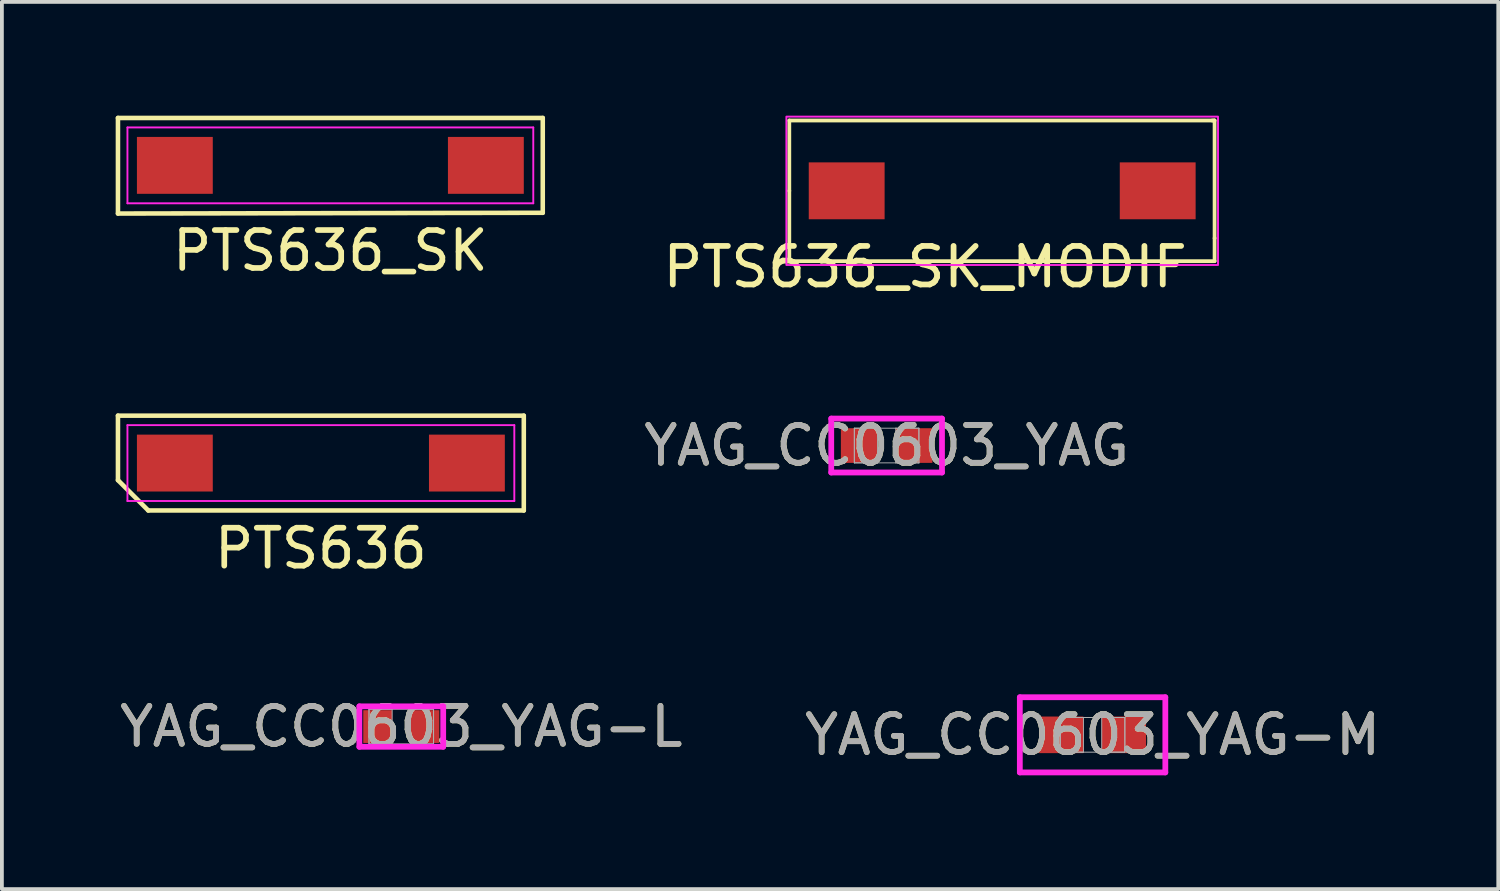
<source format=kicad_pcb>
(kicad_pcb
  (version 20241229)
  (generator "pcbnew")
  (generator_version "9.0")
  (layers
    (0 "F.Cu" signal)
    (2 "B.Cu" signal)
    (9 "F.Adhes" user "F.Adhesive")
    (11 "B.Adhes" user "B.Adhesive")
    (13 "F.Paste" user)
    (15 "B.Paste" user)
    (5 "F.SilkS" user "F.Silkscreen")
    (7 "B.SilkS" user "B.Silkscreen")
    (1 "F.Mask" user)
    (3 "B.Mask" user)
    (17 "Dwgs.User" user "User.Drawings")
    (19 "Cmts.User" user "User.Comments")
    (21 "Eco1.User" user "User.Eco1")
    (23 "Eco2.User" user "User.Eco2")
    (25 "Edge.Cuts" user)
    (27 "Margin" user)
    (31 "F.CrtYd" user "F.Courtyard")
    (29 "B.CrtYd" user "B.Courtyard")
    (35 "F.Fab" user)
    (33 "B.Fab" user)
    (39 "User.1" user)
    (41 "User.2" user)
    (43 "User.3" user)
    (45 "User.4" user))
  (footprint "PTS636"
    (layer "F.Cu")
    (at 5.41 9.159)
    (property "Reference" "PTS636" (at 0 2.25 0) (layer "F.SilkS") (effects (font (size 1 1) (thickness 0.15))))
    (attr smd)
    (fp_line (start -5.35 -1.25) (end 5.35 -1.25) (stroke (width 0.12) (type default)) (layer "F.SilkS"))
    (fp_line (start -5.35 0.45) (end -5.35 -1.25) (stroke (width 0.12) (type default)) (layer "F.SilkS"))
    (fp_line (start -4.55 1.25) (end -5.35 0.45) (stroke (width 0.12) (type default)) (layer "F.SilkS"))
    (fp_line (start 5.35 -1.25) (end 5.35 1.25) (stroke (width 0.12) (type default)) (layer "F.SilkS"))
    (fp_line (start 5.35 1.25) (end -4.55 1.25) (stroke (width 0.12) (type default)) (layer "F.SilkS"))
    (fp_line (start -5.1 -1) (end 5.1 -1) (stroke (width 0.05) (type default)) (layer "F.CrtYd"))
    (fp_line (start -5.1 1) (end -5.1 -1) (stroke (width 0.05) (type default)) (layer "F.CrtYd"))
    (fp_line (start 5.1 -1) (end 5.1 1) (stroke (width 0.05) (type default)) (layer "F.CrtYd"))
    (fp_line (start 5.1 1) (end -5.1 1) (stroke (width 0.05) (type default)) (layer "F.CrtYd"))
    (pad "1" smd rect (at -3.85 0) (size 2 1.5) (layers "F.Cu" "F.Mask" "F.Paste"))
    (pad "2" smd rect (at 3.85 0) (size 2 1.5) (layers "F.Cu" "F.Mask" "F.Paste")))
  (footprint "YAG_CC0603_YAG-L"
    (layer "F.Cu")
    (at 7.53 16.106)
    (property "Reference" "YAG_CC0603_YAG-L" (at 0 0 0) (unlocked yes) (layer "F.SilkS") (effects (font (size 1 1) (thickness 0.15))))
    (attr smd)
    (fp_line (start -1.105 -0.533) (end 1.105 -0.533) (stroke (width 0.152) (type solid)) (layer "F.CrtYd"))
    (fp_line (start -1.105 0.533) (end -1.105 -0.533) (stroke (width 0.152) (type solid)) (layer "F.CrtYd"))
    (fp_line (start 1.105 -0.533) (end 1.105 0.533) (stroke (width 0.152) (type solid)) (layer "F.CrtYd"))
    (fp_line (start 1.105 0.533) (end -1.105 0.533) (stroke (width 0.152) (type solid)) (layer "F.CrtYd"))
    (fp_line (start -0.851 -0.457) (end -0.851 0.457) (stroke (width 0.025) (type solid)) (layer "F.Fab"))
    (fp_line (start -0.851 -0.457) (end -0.851 0.457) (stroke (width 0.025) (type solid)) (layer "F.Fab"))
    (fp_line (start -0.851 0.457) (end -0.241 0.457) (stroke (width 0.025) (type solid)) (layer "F.Fab"))
    (fp_line (start -0.851 0.457) (end 0.851 0.457) (stroke (width 0.025) (type solid)) (layer "F.Fab"))
    (fp_line (start -0.241 -0.457) (end -0.851 -0.457) (stroke (width 0.025) (type solid)) (layer "F.Fab"))
    (fp_line (start -0.241 0.457) (end -0.241 -0.457) (stroke (width 0.025) (type solid)) (layer "F.Fab"))
    (fp_line (start 0.241 -0.457) (end 0.241 0.457) (stroke (width 0.025) (type solid)) (layer "F.Fab"))
    (fp_line (start 0.241 0.457) (end 0.851 0.457) (stroke (width 0.025) (type solid)) (layer "F.Fab"))
    (fp_line (start 0.851 -0.457) (end -0.851 -0.457) (stroke (width 0.025) (type solid)) (layer "F.Fab"))
    (fp_line (start 0.851 -0.457) (end 0.241 -0.457) (stroke (width 0.025) (type solid)) (layer "F.Fab"))
    (fp_line (start 0.851 0.457) (end 0.851 -0.457) (stroke (width 0.025) (type solid)) (layer "F.Fab"))
    (fp_line (start 0.851 0.457) (end 0.851 -0.457) (stroke (width 0.025) (type solid)) (layer "F.Fab"))
    (fp_text user "${REFERENCE}" (at 0 0 0) (unlocked yes) (layer "F.Fab") (effects (font (size 1 1) (thickness 0.15))))
    (pad "1" smd rect (at -0.622 0) (size 0.762 0.864) (layers "F.Cu" "F.Mask" "F.Paste"))
    (pad "2" smd rect (at 0.622 0) (size 0.762 0.864) (layers "F.Cu" "F.Mask" "F.Paste"))
    (zone (net_name "") (layer "F.Cu") (hatch full 0.508) (connect_pads) (min_thickness 0.254) (filled_areas_thickness no) (keepout (tracks not_allowed) (vias not_allowed) (pads allowed) (copperpour not_allowed) (footprints allowed)) (placement (enabled no)) (fill) (polygon (pts (xy 7.339 15.699) (xy 7.72 15.699) (xy 7.72 16.512) (xy 7.339 16.512)))))
  (footprint "YAG_CC0603_YAG"
    (layer "F.Cu")
    (at 20.326 8.697)
    (property "Reference" "YAG_CC0603_YAG" (at 0 0 0) (unlocked yes) (layer "F.SilkS") (effects (font (size 1 1) (thickness 0.15))))
    (attr smd)
    (fp_line (start -1.46 -0.711) (end 1.46 -0.711) (stroke (width 0.152) (type solid)) (layer "F.CrtYd"))
    (fp_line (start -1.46 0.711) (end -1.46 -0.711) (stroke (width 0.152) (type solid)) (layer "F.CrtYd"))
    (fp_line (start 1.46 -0.711) (end 1.46 0.711) (stroke (width 0.152) (type solid)) (layer "F.CrtYd"))
    (fp_line (start 1.46 0.711) (end -1.46 0.711) (stroke (width 0.152) (type solid)) (layer "F.CrtYd"))
    (fp_line (start -0.851 -0.457) (end -0.851 0.457) (stroke (width 0.025) (type solid)) (layer "F.Fab"))
    (fp_line (start -0.851 -0.457) (end -0.851 0.457) (stroke (width 0.025) (type solid)) (layer "F.Fab"))
    (fp_line (start -0.851 0.457) (end -0.241 0.457) (stroke (width 0.025) (type solid)) (layer "F.Fab"))
    (fp_line (start -0.851 0.457) (end 0.851 0.457) (stroke (width 0.025) (type solid)) (layer "F.Fab"))
    (fp_line (start -0.241 -0.457) (end -0.851 -0.457) (stroke (width 0.025) (type solid)) (layer "F.Fab"))
    (fp_line (start -0.241 0.457) (end -0.241 -0.457) (stroke (width 0.025) (type solid)) (layer "F.Fab"))
    (fp_line (start 0.241 -0.457) (end 0.241 0.457) (stroke (width 0.025) (type solid)) (layer "F.Fab"))
    (fp_line (start 0.241 0.457) (end 0.851 0.457) (stroke (width 0.025) (type solid)) (layer "F.Fab"))
    (fp_line (start 0.851 -0.457) (end -0.851 -0.457) (stroke (width 0.025) (type solid)) (layer "F.Fab"))
    (fp_line (start 0.851 -0.457) (end 0.241 -0.457) (stroke (width 0.025) (type solid)) (layer "F.Fab"))
    (fp_line (start 0.851 0.457) (end 0.851 -0.457) (stroke (width 0.025) (type solid)) (layer "F.Fab"))
    (fp_line (start 0.851 0.457) (end 0.851 -0.457) (stroke (width 0.025) (type solid)) (layer "F.Fab"))
    (fp_text user "${REFERENCE}" (at 0 0 0) (unlocked yes) (layer "F.Fab") (effects (font (size 1 1) (thickness 0.15))))
    (pad "1" smd rect (at -0.724 0) (size 0.965 0.914) (layers "F.Cu" "F.Mask" "F.Paste"))
    (pad "2" smd rect (at 0.724 0) (size 0.965 0.914) (layers "F.Cu" "F.Mask" "F.Paste"))
    (zone (net_name "") (layer "F.Cu") (hatch full 0.508) (connect_pads) (min_thickness 0.254) (filled_areas_thickness no) (keepout (tracks not_allowed) (vias not_allowed) (pads allowed) (copperpour not_allowed) (footprints allowed)) (placement (enabled no)) (fill) (polygon (pts (xy 20.135 8.291) (xy 20.516 8.291) (xy 20.516 9.104) (xy 20.135 9.104)))))
  (footprint "PTS636_SK_MODIF"
    (layer "F.Cu")
    (at 23.373 1.981)
    (property "Reference" "PTS636_SK_MODIF" (at -2.032 2.007 180) (layer "F.SilkS") (effects (font (size 1.016 1.016) (thickness 0.152))))
    (attr smd)
    (fp_line (start -5.613 -1.854) (end 5.588 -1.854) (stroke (width 0.1) (type default)) (layer "F.SilkS"))
    (fp_line (start -5.613 0) (end -5.613 -1.854) (stroke (width 0.1) (type default)) (layer "F.SilkS"))
    (fp_line (start -5.613 0) (end -5.613 1.854) (stroke (width 0.1) (type default)) (layer "F.SilkS"))
    (fp_line (start -5.613 1.854) (end 5.6 1.854) (stroke (width 0.1) (type default)) (layer "F.SilkS"))
    (fp_line (start 5.6 1.25) (end 5.6 1.854) (stroke (width 0.1) (type default)) (layer "F.SilkS"))
    (fp_line (start 5.6 1.25) (end 5.6 -1.854) (stroke (width 0.1) (type default)) (layer "F.SilkS"))
    (fp_line (start 5.6 -1.854) (end 5.537 -1.854) (stroke (width 0.1) (type default)) (layer "F.SilkS"))
    (fp_rect (start -5.69 -1.956) (end 5.69 1.956) (stroke (width 0.05) (type default)) (fill no) (layer "F.CrtYd"))
    (pad "1" smd rect (at -4.1 0) (size 2 1.5) (layers "F.Cu" "F.Mask" "F.Paste"))
    (pad "2" smd rect (at 4.1 0) (size 2 1.5) (layers "F.Cu" "F.Mask" "F.Paste")))
  (footprint "YAG_CC0603_YAG-M"
    (layer "F.Cu")
    (at 25.756 16.324)
    (property "Reference" "YAG_CC0603_YAG-M" (at 0 0 0) (unlocked yes) (layer "F.SilkS") (effects (font (size 1 1) (thickness 0.15))))
    (attr smd)
    (fp_line (start -1.918 -0.991) (end 1.918 -0.991) (stroke (width 0.152) (type solid)) (layer "F.CrtYd"))
    (fp_line (start -1.918 0.991) (end -1.918 -0.991) (stroke (width 0.152) (type solid)) (layer "F.CrtYd"))
    (fp_line (start 1.918 -0.991) (end 1.918 0.991) (stroke (width 0.152) (type solid)) (layer "F.CrtYd"))
    (fp_line (start 1.918 0.991) (end -1.918 0.991) (stroke (width 0.152) (type solid)) (layer "F.CrtYd"))
    (fp_line (start -0.851 -0.457) (end -0.851 0.457) (stroke (width 0.025) (type solid)) (layer "F.Fab"))
    (fp_line (start -0.851 -0.457) (end -0.851 0.457) (stroke (width 0.025) (type solid)) (layer "F.Fab"))
    (fp_line (start -0.851 0.457) (end -0.241 0.457) (stroke (width 0.025) (type solid)) (layer "F.Fab"))
    (fp_line (start -0.851 0.457) (end 0.851 0.457) (stroke (width 0.025) (type solid)) (layer "F.Fab"))
    (fp_line (start -0.241 -0.457) (end -0.851 -0.457) (stroke (width 0.025) (type solid)) (layer "F.Fab"))
    (fp_line (start -0.241 0.457) (end -0.241 -0.457) (stroke (width 0.025) (type solid)) (layer "F.Fab"))
    (fp_line (start 0.241 -0.457) (end 0.241 0.457) (stroke (width 0.025) (type solid)) (layer "F.Fab"))
    (fp_line (start 0.241 0.457) (end 0.851 0.457) (stroke (width 0.025) (type solid)) (layer "F.Fab"))
    (fp_line (start 0.851 -0.457) (end -0.851 -0.457) (stroke (width 0.025) (type solid)) (layer "F.Fab"))
    (fp_line (start 0.851 -0.457) (end 0.241 -0.457) (stroke (width 0.025) (type solid)) (layer "F.Fab"))
    (fp_line (start 0.851 0.457) (end 0.851 -0.457) (stroke (width 0.025) (type solid)) (layer "F.Fab"))
    (fp_line (start 0.851 0.457) (end 0.851 -0.457) (stroke (width 0.025) (type solid)) (layer "F.Fab"))
    (fp_text user "${REFERENCE}" (at 0 0 0) (unlocked yes) (layer "F.Fab") (effects (font (size 1 1) (thickness 0.15))))
    (pad "1" smd rect (at -0.826 0) (size 1.168 0.965) (layers "F.Cu" "F.Mask" "F.Paste"))
    (pad "2" smd rect (at 0.826 0) (size 1.168 0.965) (layers "F.Cu" "F.Mask" "F.Paste"))
    (zone (net_name "") (layer "F.Cu") (hatch full 0.508) (connect_pads) (min_thickness 0.254) (filled_areas_thickness no) (keepout (tracks not_allowed) (vias not_allowed) (pads allowed) (copperpour not_allowed) (footprints allowed)) (placement (enabled no)) (fill) (polygon (pts (xy 25.565 15.918) (xy 25.946 15.918) (xy 25.946 16.731) (xy 25.565 16.731)))))
  (footprint "PTS636_SK"
    (layer "F.Cu")
    (at 5.66 1.31)
    (property "Reference" "PTS636_SK" (at 0 2.25 0) (layer "F.SilkS") (effects (font (size 1 1) (thickness 0.15))))
    (attr smd)
    (fp_line (start -5.6 -1.25) (end 5.6 -1.25) (stroke (width 0.12) (type default)) (layer "F.SilkS"))
    (fp_line (start -5.6 1.27) (end -5.6 -1.25) (stroke (width 0.12) (type default)) (layer "F.SilkS"))
    (fp_line (start 5.6 -1.25) (end 5.6 1.25) (stroke (width 0.12) (type default)) (layer "F.SilkS"))
    (fp_line (start 5.6 1.25) (end -5.6 1.27) (stroke (width 0.12) (type default)) (layer "F.SilkS"))
    (fp_line (start -5.35 -1) (end 5.35 -1) (stroke (width 0.05) (type default)) (layer "F.CrtYd"))
    (fp_line (start -5.35 1) (end -5.35 -1) (stroke (width 0.05) (type default)) (layer "F.CrtYd"))
    (fp_line (start 5.35 -1) (end 5.35 1) (stroke (width 0.05) (type default)) (layer "F.CrtYd"))
    (fp_line (start 5.35 1) (end -5.35 1) (stroke (width 0.05) (type default)) (layer "F.CrtYd"))
    (pad "1" smd rect (at -4.1 0) (size 2 1.5) (layers "F.Cu" "F.Mask" "F.Paste"))
    (pad "2" smd rect (at 4.1 0) (size 2 1.5) (layers "F.Cu" "F.Mask" "F.Paste")))
  (gr_rect
    (start -3 -3)
    (end 36.452 20.391)
    (stroke (width 0.1) (type default))
    (fill no)
    (layer "Edge.Cuts")))
</source>
